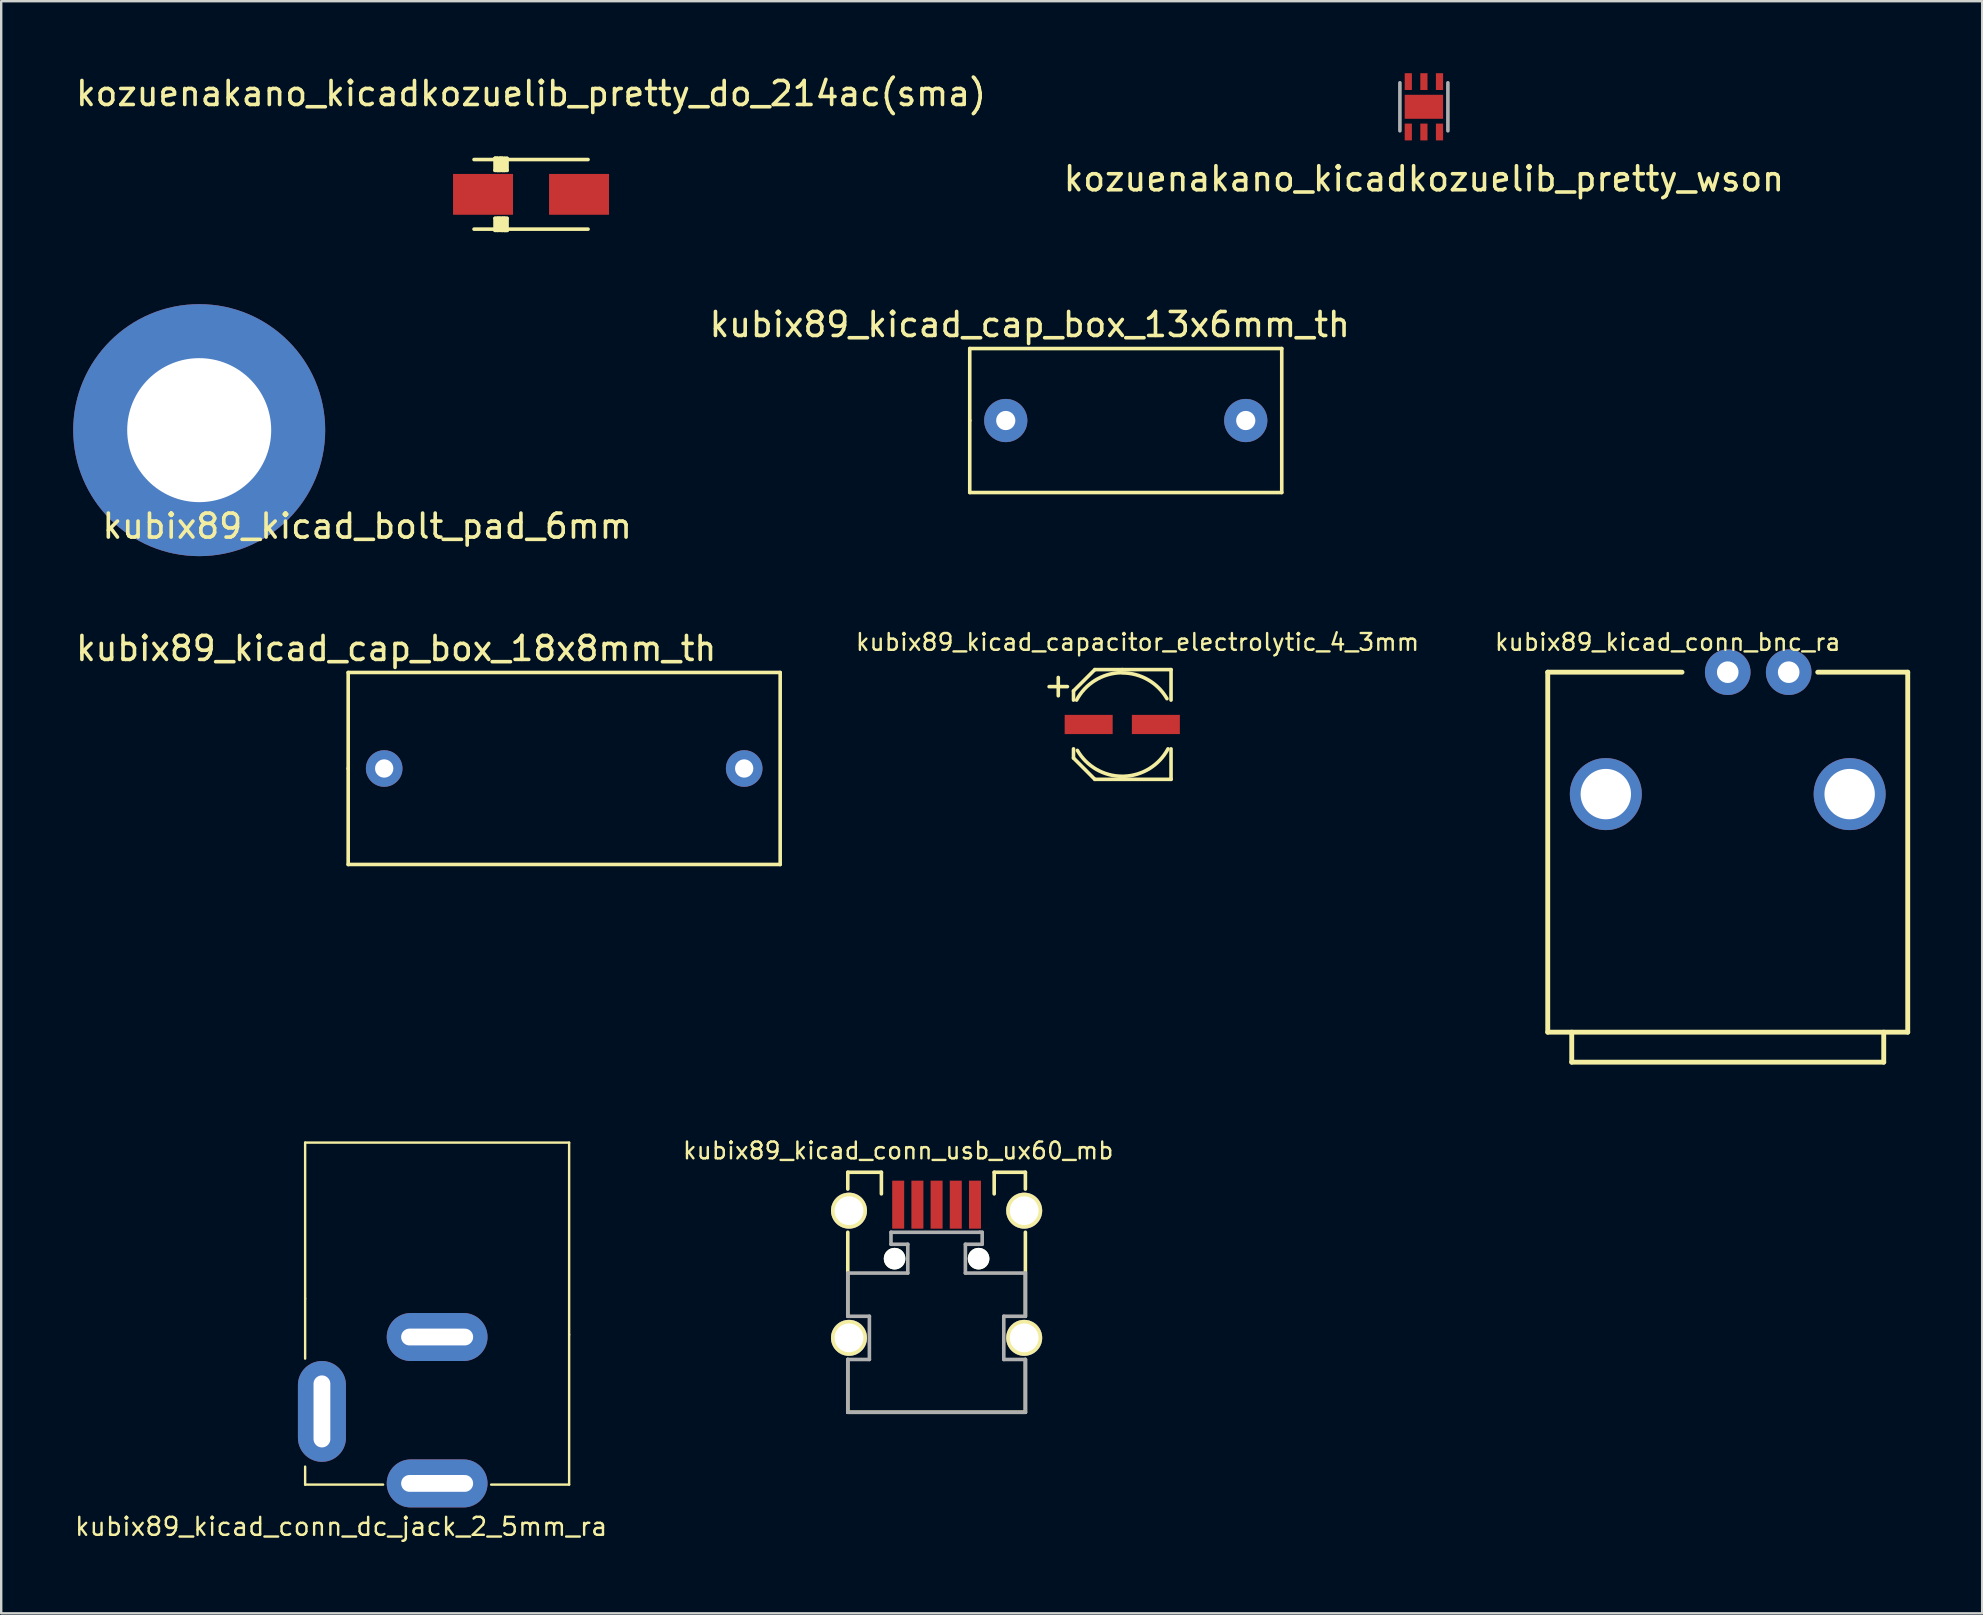
<source format=kicad_pcb>
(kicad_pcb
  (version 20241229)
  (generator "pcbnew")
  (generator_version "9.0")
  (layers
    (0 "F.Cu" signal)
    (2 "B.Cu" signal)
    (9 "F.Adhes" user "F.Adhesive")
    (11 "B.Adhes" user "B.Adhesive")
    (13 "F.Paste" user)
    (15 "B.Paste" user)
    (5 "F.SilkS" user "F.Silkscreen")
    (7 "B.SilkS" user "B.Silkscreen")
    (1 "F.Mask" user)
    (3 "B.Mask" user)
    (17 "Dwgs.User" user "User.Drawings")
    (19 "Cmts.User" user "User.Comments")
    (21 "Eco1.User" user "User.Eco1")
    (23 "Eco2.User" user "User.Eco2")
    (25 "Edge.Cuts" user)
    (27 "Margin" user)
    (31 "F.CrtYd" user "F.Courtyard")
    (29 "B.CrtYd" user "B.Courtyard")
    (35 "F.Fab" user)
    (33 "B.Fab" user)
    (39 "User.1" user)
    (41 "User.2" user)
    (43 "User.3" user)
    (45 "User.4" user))
  (footprint "kozuenakano_kicadkozuelib_pretty_do_214ac(sma)"
    (layer "F.Cu")
    (at 19.077 5.048)
    (property "Reference" "kozuenakano_kicadkozuelib_pretty_do_214ac(sma)" (at 0 -4.2 0) (layer "F.SilkS") (effects (font (size 1 1) (thickness 0.15))))
    (attr smd)
    (fp_line (start -2.375 -1.45) (end 2.375 -1.45) (stroke (width 0.15) (type solid)) (layer "F.SilkS"))
    (fp_line (start -1.5 -1.5) (end -1.4 -1.5) (stroke (width 0.15) (type solid)) (layer "F.SilkS"))
    (fp_line (start -1.5 -1.5) (end -1 -1.5) (stroke (width 0.15) (type solid)) (layer "F.SilkS"))
    (fp_line (start -1.5 -1) (end -1.5 -1.5) (stroke (width 0.15) (type solid)) (layer "F.SilkS"))
    (fp_line (start -1.5 1) (end -1 1) (stroke (width 0.15) (type solid)) (layer "F.SilkS"))
    (fp_line (start -1.5 1.5) (end -1.5 1) (stroke (width 0.15) (type solid)) (layer "F.SilkS"))
    (fp_line (start -1.4 -1.5) (end -1.4 -1) (stroke (width 0.15) (type solid)) (layer "F.SilkS"))
    (fp_line (start -1.4 -1) (end -1.3 -1) (stroke (width 0.15) (type solid)) (layer "F.SilkS"))
    (fp_line (start -1.4 1) (end -1.4 1.5) (stroke (width 0.15) (type solid)) (layer "F.SilkS"))
    (fp_line (start -1.3 -1.5) (end -1.2 -1.5) (stroke (width 0.15) (type solid)) (layer "F.SilkS"))
    (fp_line (start -1.3 -1) (end -1.3 -1.5) (stroke (width 0.15) (type solid)) (layer "F.SilkS"))
    (fp_line (start -1.3 1) (end -1.4 1) (stroke (width 0.15) (type solid)) (layer "F.SilkS"))
    (fp_line (start -1.3 1.4) (end -1.3 1) (stroke (width 0.15) (type solid)) (layer "F.SilkS"))
    (fp_line (start -1.2 -1.5) (end -1.2 -1) (stroke (width 0.15) (type solid)) (layer "F.SilkS"))
    (fp_line (start -1.2 -1) (end -1.1 -1) (stroke (width 0.15) (type solid)) (layer "F.SilkS"))
    (fp_line (start -1.2 1) (end -1.2 1.5) (stroke (width 0.15) (type solid)) (layer "F.SilkS"))
    (fp_line (start -1.2 1.5) (end -1.3 1.4) (stroke (width 0.15) (type solid)) (layer "F.SilkS"))
    (fp_line (start -1.1 -1) (end -1.1 -1.5) (stroke (width 0.15) (type solid)) (layer "F.SilkS"))
    (fp_line (start -1.1 1) (end -1.2 1) (stroke (width 0.15) (type solid)) (layer "F.SilkS"))
    (fp_line (start -1.1 1.5) (end -1.1 1) (stroke (width 0.15) (type solid)) (layer "F.SilkS"))
    (fp_line (start -1 -1.5) (end -1 -1) (stroke (width 0.15) (type solid)) (layer "F.SilkS"))
    (fp_line (start -1 -1) (end -1.5 -1) (stroke (width 0.15) (type solid)) (layer "F.SilkS"))
    (fp_line (start -1 1) (end -1 1.5) (stroke (width 0.15) (type solid)) (layer "F.SilkS"))
    (fp_line (start -1 1.5) (end -1.5 1.5) (stroke (width 0.15) (type solid)) (layer "F.SilkS"))
    (fp_line (start -1 1.5) (end -1.1 1.5) (stroke (width 0.15) (type solid)) (layer "F.SilkS"))
    (fp_line (start 2.375 1.45) (end -2.375 1.45) (stroke (width 0.15) (type solid)) (layer "F.SilkS"))
    (pad "1" smd rect (at -2 0) (size 2.5 1.7) (layers "F.Cu" "F.Mask" "F.Paste"))
    (pad "2" smd rect (at 2 0) (size 2.5 1.7) (layers "F.Cu" "F.Mask" "F.Paste")))
  (footprint "kubix89_kicad_cap_box_13x6mm_th"
    (layer "F.Cu")
    (at 43.857 14.472)
    (property "Reference" "kubix89_kicad_cap_box_13x6mm_th" (at -4 -4 0) (layer "F.SilkS") (effects (font (size 1 1) (thickness 0.15))))
    (attr through_hole)
    (fp_line (start -6.5 -3) (end 6.5 -3) (stroke (width 0.15) (type solid)) (layer "F.SilkS"))
    (fp_line (start -6.5 0) (end -6.5 -3) (stroke (width 0.15) (type solid)) (layer "F.SilkS"))
    (fp_line (start -6.5 3) (end -6.5 0) (stroke (width 0.15) (type solid)) (layer "F.SilkS"))
    (fp_line (start 6.5 -3) (end 6.5 3) (stroke (width 0.15) (type solid)) (layer "F.SilkS"))
    (fp_line (start 6.5 3) (end -6.5 3) (stroke (width 0.15) (type solid)) (layer "F.SilkS"))
    (pad "1" thru_hole circle (at -5 0) (size 1.8 1.8) (drill 0.8) (layers "*.Cu" "*.Mask"))
    (pad "2" thru_hole circle (at 5 0) (size 1.8 1.8) (drill 0.8) (layers "*.Cu" "*.Mask")))
  (footprint "kubix89_kicad_capacitor_electrolytic_4_3mm"
    (layer "F.Cu")
    (at 43.712 27.137)
    (property "Reference" "kubix89_kicad_capacitor_electrolytic_4_3mm" (at 0.635 -3.429 0) (layer "F.SilkS") (effects (font (size 0.7 0.7) (thickness 0.1))))
    (attr through_hole)
    (fp_line (start -2.032 -1.397) (end -2.032 -1.016) (stroke (width 0.15) (type solid)) (layer "F.SilkS"))
    (fp_line (start -2.032 1.397) (end -2.032 1.016) (stroke (width 0.15) (type solid)) (layer "F.SilkS"))
    (fp_line (start -1.143 -2.286) (end -2.032 -1.397) (stroke (width 0.15) (type solid)) (layer "F.SilkS"))
    (fp_line (start -1.143 2.286) (end -2.032 1.397) (stroke (width 0.15) (type solid)) (layer "F.SilkS"))
    (fp_line (start 0 -2.286) (end -1.143 -2.286) (stroke (width 0.15) (type solid)) (layer "F.SilkS"))
    (fp_line (start 0 -2.286) (end 2.032 -2.286) (stroke (width 0.15) (type solid)) (layer "F.SilkS"))
    (fp_line (start 2.032 -2.286) (end 2.032 -1.016) (stroke (width 0.15) (type solid)) (layer "F.SilkS"))
    (fp_line (start 2.032 1.016) (end 2.032 2.286) (stroke (width 0.15) (type solid)) (layer "F.SilkS"))
    (fp_line (start 2.032 2.286) (end -1.143 2.286) (stroke (width 0.15) (type solid)) (layer "F.SilkS"))
    (fp_arc (start -1.905 -1.016) (mid -1.141778 -1.832382) (end -0.072618 -2.157778) (stroke (width 0.15) (type solid)) (layer "F.SilkS"))
    (fp_arc (start 0 -2.15) (mid 1.075 -1.861955) (end 1.861955 -1.075) (stroke (width 0.15) (type solid)) (layer "F.SilkS"))
    (fp_arc (start 0 2.159) (mid -1.0795 1.869749) (end -1.869749 1.0795) (stroke (width 0.15) (type solid)) (layer "F.SilkS"))
    (fp_arc (start 1.905 1.016) (mid 1.141778 1.832382) (end 0.072618 2.157778) (stroke (width 0.15) (type solid)) (layer "F.SilkS"))
    (fp_text user "+" (at -2.667 -1.651 0) (layer "F.SilkS") (effects (font (size 1 1) (thickness 0.15))))
    (pad "1" smd rect (at -1.4 0) (size 2 0.8) (layers "F.Cu" "F.Mask" "F.Paste"))
    (pad "2" smd rect (at 1.4 0) (size 2 0.8) (layers "F.Cu" "F.Mask" "F.Paste")))
  (footprint "kubix89_kicad_conn_usb_ux60_mb"
    (layer "F.Cu")
    (at 35.975 47.195)
    (property "Reference" "kubix89_kicad_conn_usb_ux60_mb" (at -1.6 -2.3 0) (layer "F.SilkS") (effects (font (size 0.7 0.7) (thickness 0.1))))
    (attr through_hole)
    (fp_line (start -3.7 -1.4) (end -2.3 -1.4) (stroke (width 0.15) (type solid)) (layer "F.SilkS"))
    (fp_line (start -3.7 -0.7) (end -3.7 -1.4) (stroke (width 0.15) (type solid)) (layer "F.SilkS"))
    (fp_line (start -3.7 4.6) (end -3.7 1.1) (stroke (width 0.15) (type solid)) (layer "F.SilkS"))
    (fp_line (start -3.7 8.6) (end -3.7 6.4) (stroke (width 0.15) (type solid)) (layer "F.SilkS"))
    (fp_line (start -2.3 -1.4) (end -2.3 -0.5) (stroke (width 0.15) (type solid)) (layer "F.SilkS"))
    (fp_line (start 2.4 -1.4) (end 3.7 -1.4) (stroke (width 0.15) (type solid)) (layer "F.SilkS"))
    (fp_line (start 2.4 -0.5) (end 2.4 -1.4) (stroke (width 0.15) (type solid)) (layer "F.SilkS"))
    (fp_line (start 3.7 -1.4) (end 3.7 -0.7) (stroke (width 0.15) (type solid)) (layer "F.SilkS"))
    (fp_line (start 3.7 1.1) (end 3.7 4.6) (stroke (width 0.15) (type solid)) (layer "F.SilkS"))
    (fp_line (start 3.7 6.4) (end 3.7 8.6) (stroke (width 0.15) (type solid)) (layer "F.SilkS"))
    (fp_line (start 3.7 8.6) (end -3.7 8.6) (stroke (width 0.15) (type solid)) (layer "F.SilkS"))
    (fp_line (start -3.7 2.8) (end -1.2 2.8) (stroke (width 0.15) (type solid)) (layer "F.Fab"))
    (fp_line (start -3.7 4.6) (end -3.7 2.8) (stroke (width 0.15) (type solid)) (layer "F.Fab"))
    (fp_line (start -3.7 6.4) (end -2.8 6.4) (stroke (width 0.15) (type solid)) (layer "F.Fab"))
    (fp_line (start -3.7 8.6) (end -3.7 6.4) (stroke (width 0.15) (type solid)) (layer "F.Fab"))
    (fp_line (start -2.8 4.6) (end -3.7 4.6) (stroke (width 0.15) (type solid)) (layer "F.Fab"))
    (fp_line (start -2.8 6.4) (end -2.8 4.6) (stroke (width 0.15) (type solid)) (layer "F.Fab"))
    (fp_line (start -1.9 1.1) (end 1.8 1.1) (stroke (width 0.15) (type solid)) (layer "F.Fab"))
    (fp_line (start -1.9 1.6) (end -1.9 1.1) (stroke (width 0.15) (type solid)) (layer "F.Fab"))
    (fp_line (start -1.2 1.6) (end -1.9 1.6) (stroke (width 0.15) (type solid)) (layer "F.Fab"))
    (fp_line (start -1.2 2.8) (end -1.2 1.6) (stroke (width 0.15) (type solid)) (layer "F.Fab"))
    (fp_line (start 1.2 1.6) (end 1.2 2.8) (stroke (width 0.15) (type solid)) (layer "F.Fab"))
    (fp_line (start 1.2 2.8) (end 3.7 2.8) (stroke (width 0.15) (type solid)) (layer "F.Fab"))
    (fp_line (start 1.8 1.1) (end 1.9 1.1) (stroke (width 0.15) (type solid)) (layer "F.Fab"))
    (fp_line (start 1.9 1.1) (end 1.9 1.6) (stroke (width 0.15) (type solid)) (layer "F.Fab"))
    (fp_line (start 1.9 1.6) (end 1.2 1.6) (stroke (width 0.15) (type solid)) (layer "F.Fab"))
    (fp_line (start 2.8 4.6) (end 2.8 6.4) (stroke (width 0.15) (type solid)) (layer "F.Fab"))
    (fp_line (start 2.8 6.4) (end 3.7 6.4) (stroke (width 0.15) (type solid)) (layer "F.Fab"))
    (fp_line (start 3.7 2.8) (end 3.7 4.6) (stroke (width 0.15) (type solid)) (layer "F.Fab"))
    (fp_line (start 3.7 4.6) (end 2.8 4.6) (stroke (width 0.15) (type solid)) (layer "F.Fab"))
    (fp_line (start 3.7 6.4) (end 3.7 8.6) (stroke (width 0.15) (type solid)) (layer "F.Fab"))
    (fp_line (start 3.7 8.6) (end -3.7 8.6) (stroke (width 0.15) (type solid)) (layer "F.Fab"))
    (pad "" np_thru_hole circle (at -1.75 2.2) (size 0.9 0.9) (drill 0.9) (layers "*.Cu" "*.Mask" "F.SilkS"))
    (pad "" np_thru_hole circle (at 1.75 2.2) (size 0.9 0.9) (drill 0.9) (layers "*.Cu" "*.Mask" "F.SilkS"))
    (pad "1" smd rect (at -1.6 -0.05) (size 0.5 2) (layers "F.Cu" "F.Mask" "F.Paste"))
    (pad "2" smd rect (at -0.8 -0.05) (size 0.5 2) (layers "F.Cu" "F.Mask" "F.Paste"))
    (pad "3" smd rect (at 0 -0.05) (size 0.5 2) (layers "F.Cu" "F.Mask" "F.Paste"))
    (pad "4" smd rect (at 0.8 -0.05) (size 0.5 2) (layers "F.Cu" "F.Mask" "F.Paste"))
    (pad "5" smd rect (at 1.6 -0.05) (size 0.5 2) (layers "F.Cu" "F.Mask" "F.Paste"))
    (pad "6" thru_hole circle (at -3.65 0.2) (size 1.5 1.5) (drill 1.2) (layers "*.Cu" "*.Mask" "F.SilkS"))
    (pad "7" thru_hole circle (at 3.65 0.2) (size 1.5 1.5) (drill 1.2) (layers "*.Cu" "*.Mask" "F.SilkS"))
    (pad "8" thru_hole circle (at -3.65 5.5) (size 1.5 1.5) (drill 1.2) (layers "*.Cu" "*.Mask" "F.SilkS"))
    (pad "9" thru_hole circle (at 3.65 5.5) (size 1.5 1.5) (drill 1.2) (layers "*.Cu" "*.Mask" "F.SilkS")))
  (footprint "kubix89_kicad_cap_box_18x8mm_th"
    (layer "F.Cu")
    (at 20.458 28.971)
    (property "Reference" "kubix89_kicad_cap_box_18x8mm_th" (at -7 -5 0) (layer "F.SilkS") (effects (font (size 1 1) (thickness 0.15))))
    (attr through_hole)
    (fp_line (start -9 -4) (end 9 -4) (stroke (width 0.15) (type solid)) (layer "F.SilkS"))
    (fp_line (start -9 0) (end -9 -4) (stroke (width 0.15) (type solid)) (layer "F.SilkS"))
    (fp_line (start -9 4) (end -9 0) (stroke (width 0.15) (type solid)) (layer "F.SilkS"))
    (fp_line (start 9 -4) (end 9 4) (stroke (width 0.15) (type solid)) (layer "F.SilkS"))
    (fp_line (start 9 4) (end -9 4) (stroke (width 0.15) (type solid)) (layer "F.SilkS"))
    (pad "1" thru_hole circle (at -7.5 0) (size 1.524 1.524) (drill 0.762) (layers "*.Cu" "*.Mask"))
    (pad "2" thru_hole circle (at 7.5 0) (size 1.524 1.524) (drill 0.762) (layers "*.Cu" "*.Mask")))
  (footprint "kubix89_kicad_bolt_pad_6mm"
    (layer "F.Cu")
    (at 5.25 14.873)
    (property "Reference" "kubix89_kicad_bolt_pad_6mm" (at 7 4 0) (layer "F.SilkS") (effects (font (size 1 1) (thickness 0.15))))
    (attr through_hole)
    (pad "1" thru_hole circle (at 0 0) (size 10.5 10.5) (drill 6) (layers "*.Cu" "*.Mask")))
  (footprint "kubix89_kicad_conn_bnc_ra"
    (layer "F.Cu")
    (at 68.94 24.958)
    (property "Reference" "kubix89_kicad_conn_bnc_ra" (at -2.5 -1.25 0) (layer "F.SilkS") (effects (font (size 0.7 0.7) (thickness 0.1))))
    (attr through_hole)
    (fp_line (start -7.5 0) (end -7.5 15) (stroke (width 0.203) (type solid)) (layer "F.SilkS"))
    (fp_line (start -7.5 15) (end 7.5 15) (stroke (width 0.203) (type solid)) (layer "F.SilkS"))
    (fp_line (start -6.5 15) (end -6.5 16.25) (stroke (width 0.203) (type solid)) (layer "F.SilkS"))
    (fp_line (start -6.5 16.25) (end 6.5 16.25) (stroke (width 0.203) (type solid)) (layer "F.SilkS"))
    (fp_line (start -1.905 0) (end -7.5 0) (stroke (width 0.203) (type solid)) (layer "F.SilkS"))
    (fp_line (start 6.5 16.25) (end 6.5 15) (stroke (width 0.203) (type solid)) (layer "F.SilkS"))
    (fp_line (start 7.5 0) (end 3.75 0) (stroke (width 0.203) (type solid)) (layer "F.SilkS"))
    (fp_line (start 7.5 15) (end 7.5 0) (stroke (width 0.203) (type solid)) (layer "F.SilkS"))
    (pad "1" thru_hole circle (at 0 0) (size 1.9 1.9) (drill 0.9) (layers "*.Cu" "*.Mask"))
    (pad "2" thru_hole circle (at 2.54 0) (size 1.9 1.9) (drill 0.9) (layers "*.Cu" "*.Mask"))
    (pad "3" thru_hole circle (at -5.08 5.08) (size 3 3) (drill 2.1) (layers "*.Cu" "*.Mask"))
    (pad "4" thru_hole circle (at 5.08 5.08) (size 3 3) (drill 2.1) (layers "*.Cu" "*.Mask")))
  (footprint "kozuenakano_kicadkozuelib_pretty_wson"
    (layer "F.Cu")
    (at 56.28 1.4)
    (property "Reference" "kozuenakano_kicadkozuelib_pretty_wson" (at 0 3 0) (layer "F.SilkS") (effects (font (size 1 1) (thickness 0.15))))
    (attr through_hole)
    (fp_line (start -1 -1) (end -1 1) (stroke (width 0.15) (type solid)) (layer "F.Fab"))
    (fp_line (start 1 -1) (end 1 1) (stroke (width 0.15) (type solid)) (layer "F.Fab"))
    (pad "1" smd rect (at -0.65 1.05) (size 0.3 0.7) (layers "F.Cu" "F.Mask" "F.Paste"))
    (pad "2" smd rect (at 0 1.05) (size 0.3 0.7) (layers "F.Cu" "F.Mask" "F.Paste"))
    (pad "3" smd rect (at 0.65 1.05) (size 0.3 0.7) (layers "F.Cu" "F.Mask" "F.Paste"))
    (pad "4" smd rect (at 0.65 -1.05) (size 0.3 0.7) (layers "F.Cu" "F.Mask" "F.Paste"))
    (pad "5" smd rect (at 0 -1.05) (size 0.3 0.7) (layers "F.Cu" "F.Mask" "F.Paste"))
    (pad "6" smd rect (at -0.65 -1.05) (size 0.3 0.7) (layers "F.Cu" "F.Mask" "F.Paste"))
    (pad "7" smd rect (at 0 0) (size 1.6 1) (layers "F.Cu" "F.Mask" "F.Paste")))
  (footprint "kubix89_kicad_conn_dc_jack_2_5mm_ra"
    (layer "F.Cu")
    (at 15.164 44.56)
    (property "Reference" "kubix89_kicad_conn_dc_jack_2_5mm_ra" (at -4 16 0) (layer "F.SilkS") (effects (font (size 0.75 0.75) (thickness 0.1))))
    (attr through_hole)
    (fp_line (start -5.5 0) (end 5.5 0) (stroke (width 0.1) (type solid)) (layer "F.SilkS"))
    (fp_line (start -5.5 6.5) (end -5.5 0) (stroke (width 0.1) (type solid)) (layer "F.SilkS"))
    (fp_line (start -5.5 6.5) (end -5.5 9) (stroke (width 0.1) (type solid)) (layer "F.SilkS"))
    (fp_line (start -5.5 13.5) (end -5.5 14.25) (stroke (width 0.1) (type solid)) (layer "F.SilkS"))
    (fp_line (start -5.5 14.25) (end -2.25 14.25) (stroke (width 0.1) (type solid)) (layer "F.SilkS"))
    (fp_line (start 2.25 14.25) (end 5.5 14.25) (stroke (width 0.1) (type solid)) (layer "F.SilkS"))
    (fp_line (start 5.5 0) (end 5.5 8) (stroke (width 0.1) (type solid)) (layer "F.SilkS"))
    (fp_line (start 5.5 14.25) (end 5.5 8) (stroke (width 0.1) (type solid)) (layer "F.SilkS"))
    (pad "1" thru_hole oval (at 0 14.2 90) (size 2 4.2) (drill oval 0.7 3) (layers "*.Cu" "*.Mask"))
    (pad "2" thru_hole oval (at 0 8.1 90) (size 2 4.2) (drill oval 0.7 3) (layers "*.Cu" "*.Mask"))
    (pad "3" thru_hole oval (at -4.8 11.2) (size 2 4.2) (drill oval 0.7 3) (layers "*.Cu" "*.Mask")))
  (gr_rect
    (start -3 -3)
    (end 79.542 64.174)
    (stroke (width 0.1) (type default))
    (fill no)
    (layer "Edge.Cuts")))
</source>
